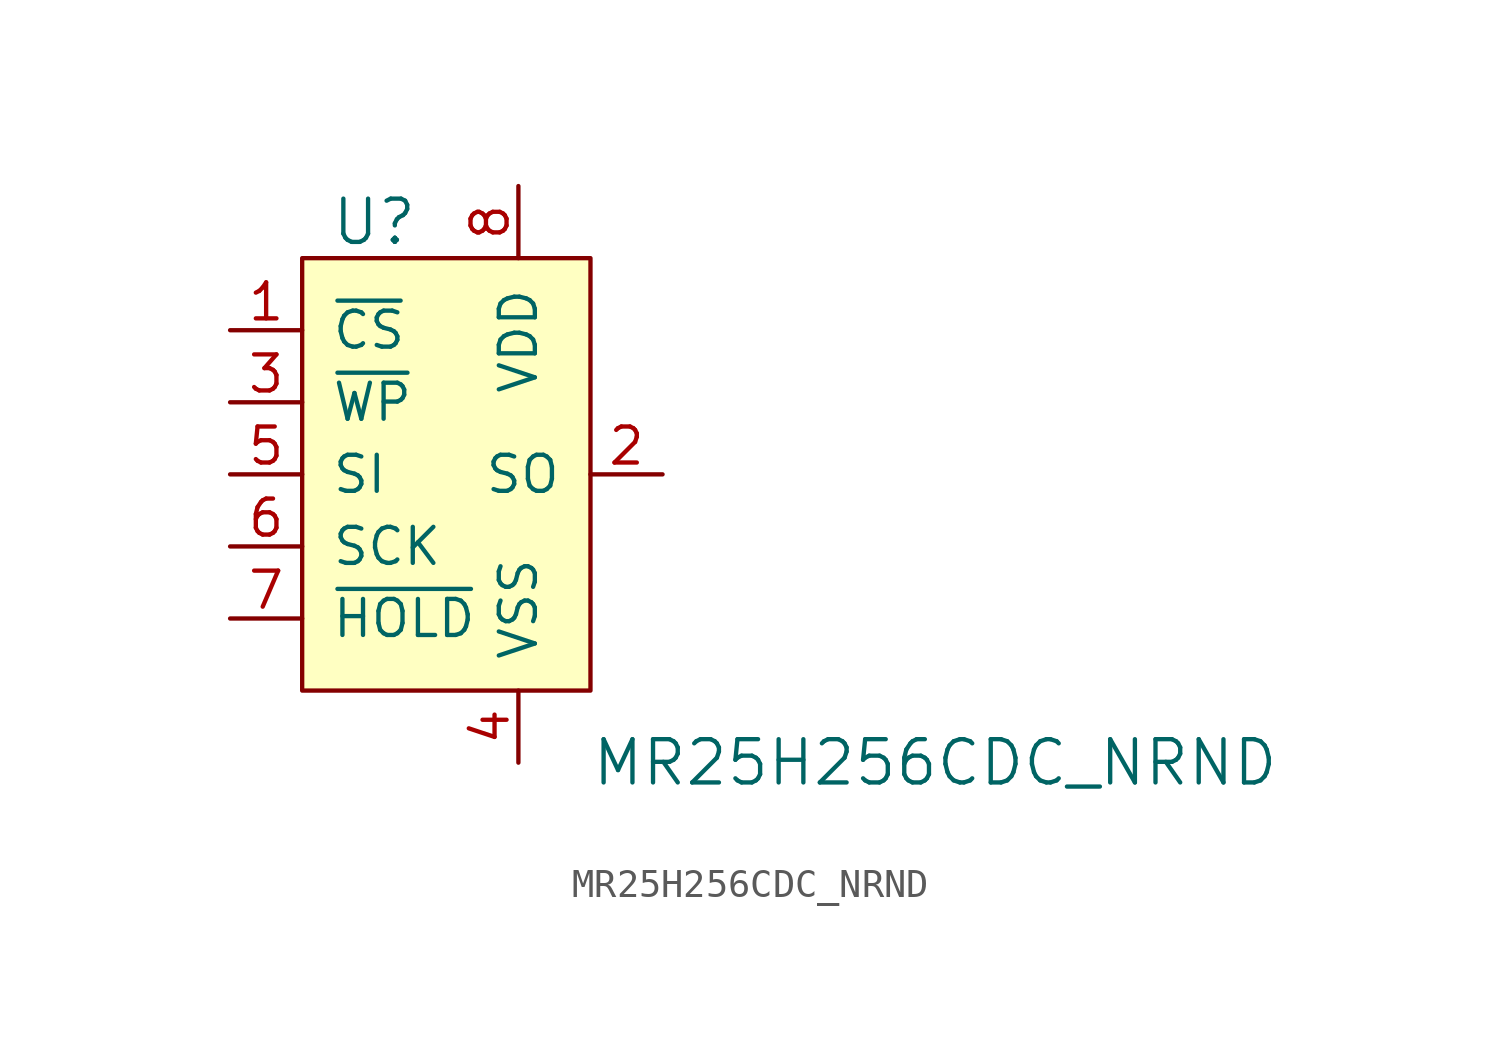
<source format=kicad_sym>
(kicad_symbol_lib
  (version 20220914)
  (generator kicad_symbol_editor)
  (symbol "MR25H256CDC_NRND"
    (pin_names
      (offset 1.016))
    (property "Reference" "U"
      (at -2.54 3.81 0)
      (effects (font (size 1.524 1.524))))
    (property "Value" "MR25H256CDC_NRND"
      (at 5.08 -15.24 0)
      (effects (font (size 1.524 1.524)) (justify left)))
    (symbol "MR25H256CDC_NRND_0_1"
      (rectangle (start -5.08 2.54) (end 5.08 -12.7) (stroke (width 0) (type solid)) (fill (type background))))
    (symbol "MR25H256CDC_NRND_1_1"
      (pin input line (at -7.62 0 0) (length 2.54) (name "~{CS}" (effects (font (size 1.27 1.27)))) (number "1" (effects (font (size 1.27 1.27)))))
      (pin output line (at 7.62 -5.08 180) (length 2.54) (name "SO" (effects (font (size 1.27 1.27)))) (number "2" (effects (font (size 1.27 1.27)))))
      (pin input line (at -7.62 -2.54 0) (length 2.54) (name "~{WP}" (effects (font (size 1.27 1.27)))) (number "3" (effects (font (size 1.27 1.27)))))
      (pin power_in line (at 2.54 -15.24 90) (length 2.54) (name "VSS" (effects (font (size 1.27 1.27)))) (number "4" (effects (font (size 1.27 1.27)))))
      (pin input line (at -7.62 -5.08 0) (length 2.54) (name "SI" (effects (font (size 1.27 1.27)))) (number "5" (effects (font (size 1.27 1.27)))))
      (pin input line (at -7.62 -7.62 0) (length 2.54) (name "SCK" (effects (font (size 1.27 1.27)))) (number "6" (effects (font (size 1.27 1.27)))))
      (pin input line (at -7.62 -10.16 0) (length 2.54) (name "~{HOLD}" (effects (font (size 1.27 1.27)))) (number "7" (effects (font (size 1.27 1.27)))))
      (pin power_in line (at 2.54 5.08 270) (length 2.54) (name "VDD" (effects (font (size 1.27 1.27)))) (number "8" (effects (font (size 1.27 1.27))))))))
</source>
